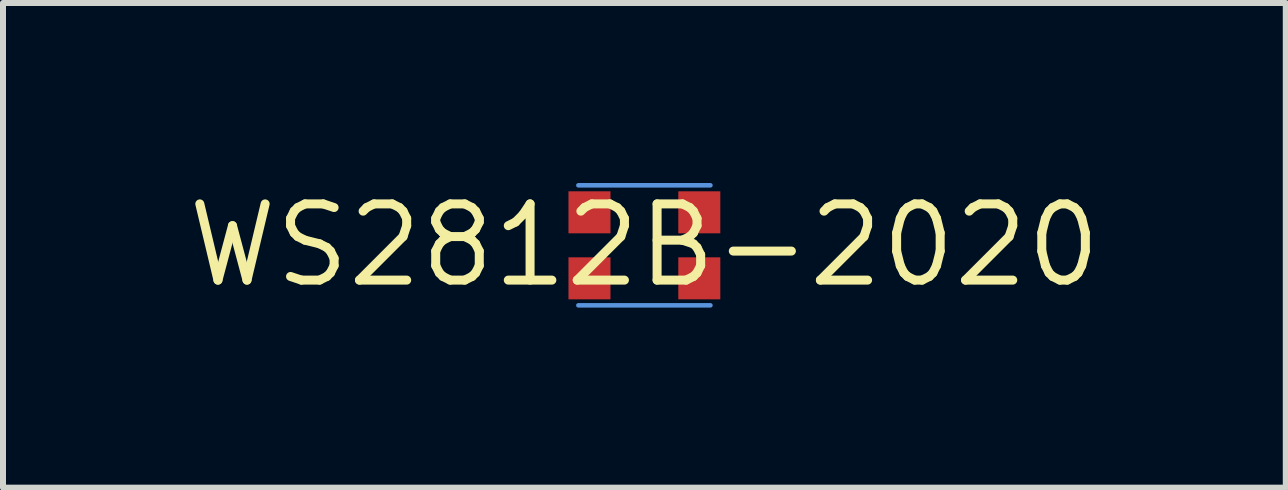
<source format=kicad_pcb>
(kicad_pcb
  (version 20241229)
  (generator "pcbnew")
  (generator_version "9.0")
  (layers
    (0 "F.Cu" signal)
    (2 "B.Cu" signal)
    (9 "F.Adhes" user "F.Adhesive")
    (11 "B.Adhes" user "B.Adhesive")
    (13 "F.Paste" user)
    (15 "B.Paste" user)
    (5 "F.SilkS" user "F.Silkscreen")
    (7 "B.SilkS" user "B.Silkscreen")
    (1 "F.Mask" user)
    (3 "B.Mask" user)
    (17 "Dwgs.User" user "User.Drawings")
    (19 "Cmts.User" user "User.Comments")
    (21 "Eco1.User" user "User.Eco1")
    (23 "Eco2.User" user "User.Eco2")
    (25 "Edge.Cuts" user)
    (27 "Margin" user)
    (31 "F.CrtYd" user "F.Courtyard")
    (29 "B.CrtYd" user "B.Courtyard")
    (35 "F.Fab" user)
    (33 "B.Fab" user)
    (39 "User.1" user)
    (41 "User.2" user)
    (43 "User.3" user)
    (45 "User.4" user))
  (footprint "WS2812B-2020"
    (layer "F.Cu")
    (at 7.688 1.038)
    (property "Reference" "WS2812B-2020" (at 0 0 0) (layer "F.SilkS") (effects (font (size 1.27 1.27) (thickness 0.15))))
    (fp_line (start -1.1 -1) (end 1.1 -1) (stroke (width 0.076) (type solid)) (layer "Cmts.User"))
    (fp_line (start -1.1 1) (end 1.1 1) (stroke (width 0.076) (type solid)) (layer "Cmts.User"))
    (pad "1" smd rect (at -0.915 -0.55) (size 0.7 0.7) (layers "F.Cu" "F.Mask" "F.Paste"))
    (pad "2" smd rect (at 0.915 -0.55) (size 0.7 0.7) (layers "F.Cu" "F.Mask" "F.Paste"))
    (pad "3" smd rect (at -0.915 0.55) (size 0.7 0.7) (layers "F.Cu" "F.Mask" "F.Paste"))
    (pad "4" smd rect (at 0.915 0.55) (size 0.7 0.7) (layers "F.Cu" "F.Mask" "F.Paste")))
  (gr_rect
    (start -3 -3)
    (end 18.376 5.076)
    (stroke (width 0.1) (type default))
    (fill no)
    (layer "Edge.Cuts")))
</source>
